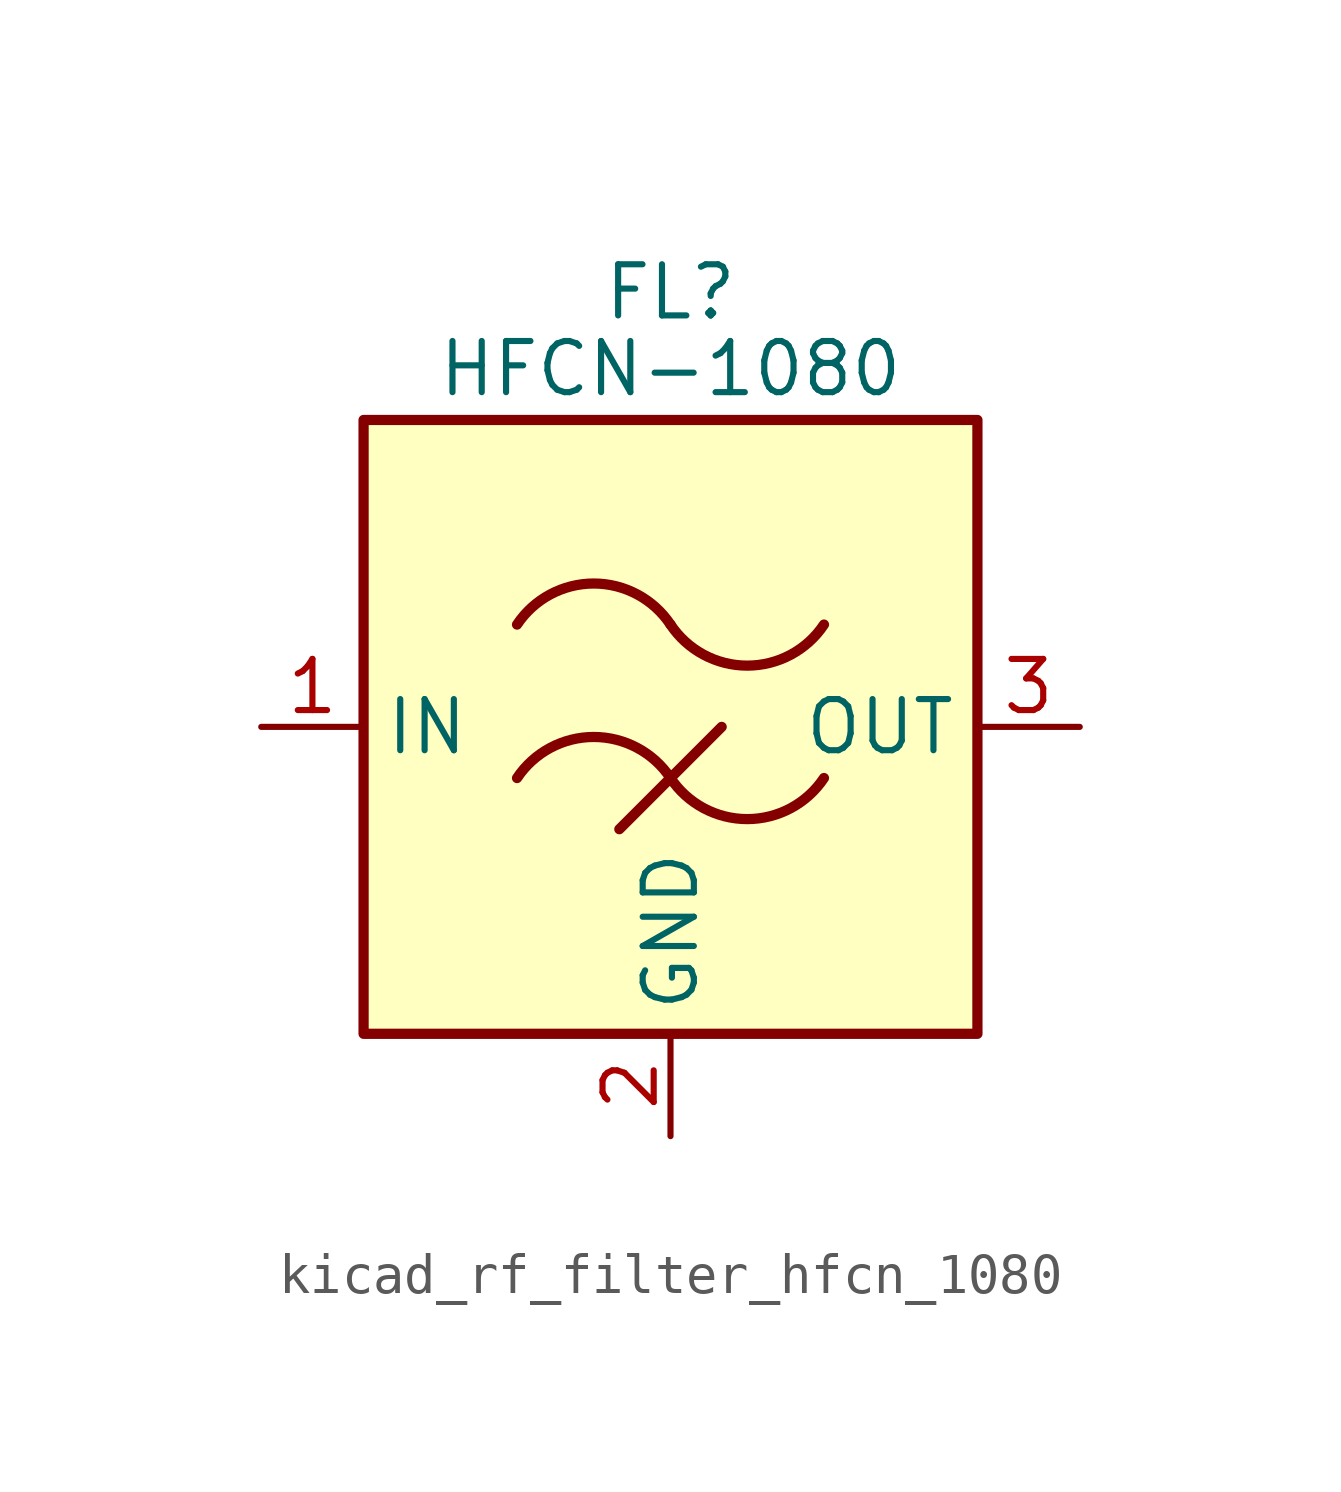
<source format=kicad_sym>
(kicad_symbol_lib
  (version 20220914)
  (generator kicad_symbol_editor)
  (symbol "kicad_rf_filter_hfcn_1080"
    (property "Reference" "FL"
      (at 0 10.795 0)
      (effects (font (size 1.27 1.27))))
    (property "Value" "HFCN-1080"
      (at 0 8.89 0)
      (effects (font (size 1.27 1.27))))
    (symbol "kicad_rf_filter_hfcn_1080_0_1"
      (rectangle (start -7.62 7.62) (end 7.62 -7.62) (stroke (width 0.254) (type default)) (fill (type background)))
      (arc (start 0 -1.27) (mid -1.905 -0.2505) (end -3.81 -1.27) (stroke (width 0.254) (type default)) (fill (type none)))
      (arc (start 0 -1.27) (mid 1.905 -2.2895) (end 3.81 -1.27) (stroke (width 0.254) (type default)) (fill (type none)))
      (polyline (pts (xy -1.27 -2.54) (xy 1.27 0)) (stroke (width 0.254) (type default)) (fill (type none)))
      (arc (start 0 2.54) (mid -1.905 3.5595) (end -3.81 2.54) (stroke (width 0.254) (type default)) (fill (type none)))
      (arc (start 0 2.54) (mid 1.905 1.5205) (end 3.81 2.54) (stroke (width 0.254) (type default)) (fill (type none))))
    (symbol "kicad_rf_filter_hfcn_1080_1_1"
      (pin passive line (at -10.16 0 0) (length 2.54) (name "IN" (effects (font (size 1.27 1.27)))) (number "1" (effects (font (size 1.27 1.27)))))
      (pin passive line (at 0 -10.16 90) (length 2.54) (name "GND" (effects (font (size 1.27 1.27)))) (number "2" (effects (font (size 1.27 1.27)))))
      (pin passive line (at 10.16 0 180) (length 2.54) (name "OUT" (effects (font (size 1.27 1.27)))) (number "3" (effects (font (size 1.27 1.27)))))
      (pin passive line (at 0 -10.16 90) (length 2.54) hide (name "GND" (effects (font (size 1.27 1.27)))) (number "4" (effects (font (size 1.27 1.27))))))))
</source>
